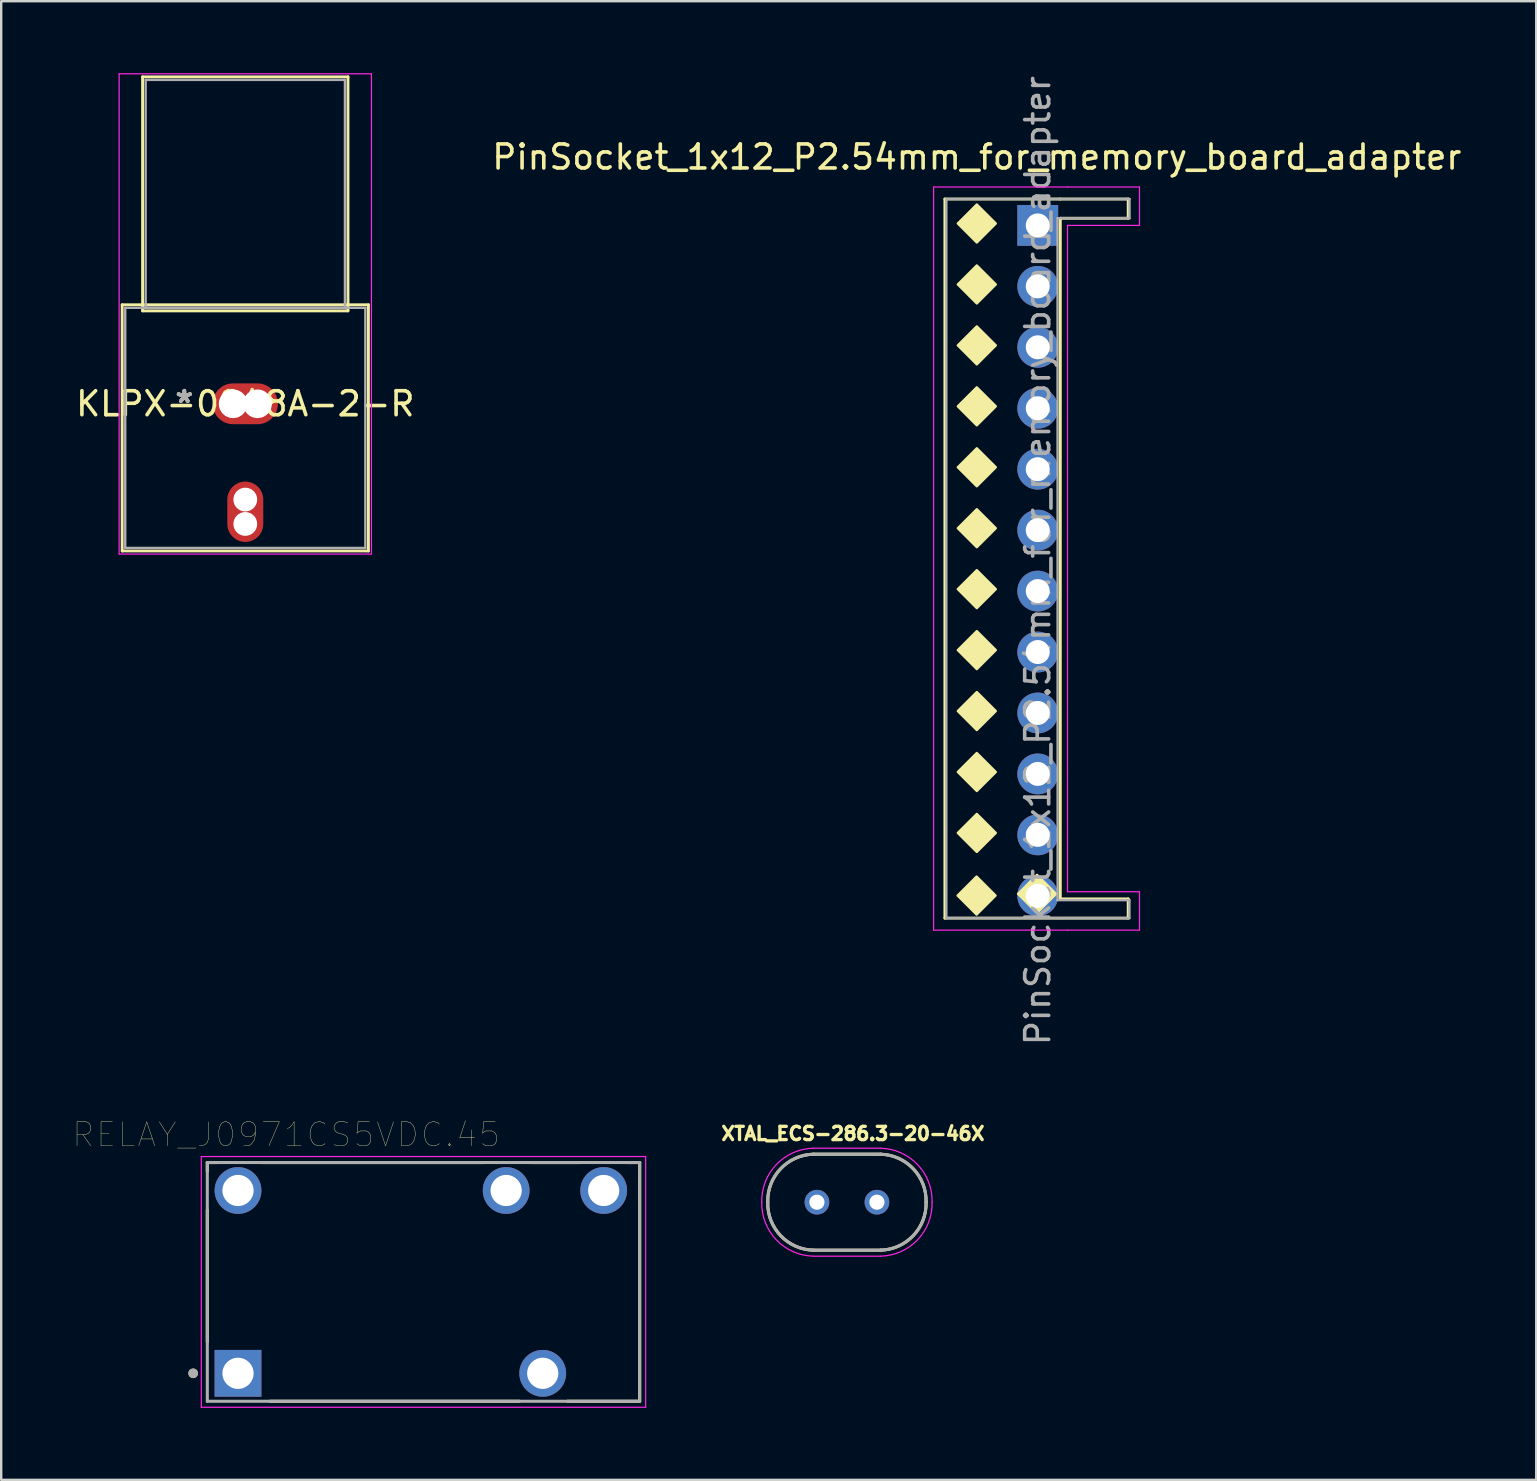
<source format=kicad_pcb>
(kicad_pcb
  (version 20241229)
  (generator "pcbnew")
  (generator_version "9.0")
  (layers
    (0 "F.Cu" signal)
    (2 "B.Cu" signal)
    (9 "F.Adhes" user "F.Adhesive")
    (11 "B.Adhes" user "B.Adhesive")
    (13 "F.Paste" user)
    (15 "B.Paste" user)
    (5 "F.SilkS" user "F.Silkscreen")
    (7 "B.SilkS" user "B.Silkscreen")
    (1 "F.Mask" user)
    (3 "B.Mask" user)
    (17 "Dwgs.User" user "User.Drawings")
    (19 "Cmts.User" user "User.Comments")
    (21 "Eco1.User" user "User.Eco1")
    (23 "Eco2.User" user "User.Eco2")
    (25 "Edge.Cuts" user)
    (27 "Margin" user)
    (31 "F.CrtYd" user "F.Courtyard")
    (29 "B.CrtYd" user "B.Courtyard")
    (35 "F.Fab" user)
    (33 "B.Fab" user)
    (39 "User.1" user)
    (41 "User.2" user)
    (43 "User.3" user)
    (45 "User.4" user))
  (footprint "KLPX-0848A-2-R"
    (layer "F.Cu")
    (at 7.173 13.779)
    (property "Reference" "KLPX-0848A-2-R" (at 0 0 0) (layer "F.SilkS") (effects (font (size 1 1) (thickness 0.15))))
    (attr through_hole)
    (fp_line (start -5.131 -4.127) (end -5.131 6.135) (stroke (width 0.12) (type solid)) (layer "F.SilkS"))
    (fp_line (start -5.131 6.135) (end 5.131 6.135) (stroke (width 0.12) (type solid)) (layer "F.SilkS"))
    (fp_line (start -4.28 -13.627) (end -4.28 -3.873) (stroke (width 0.12) (type solid)) (layer "F.SilkS"))
    (fp_line (start -4.28 -3.873) (end 4.28 -3.873) (stroke (width 0.12) (type solid)) (layer "F.SilkS"))
    (fp_line (start 4.28 -13.627) (end -4.28 -13.627) (stroke (width 0.12) (type solid)) (layer "F.SilkS"))
    (fp_line (start 4.28 -3.873) (end 4.28 -13.627) (stroke (width 0.12) (type solid)) (layer "F.SilkS"))
    (fp_line (start 5.131 -4.127) (end -5.131 -4.127) (stroke (width 0.12) (type solid)) (layer "F.SilkS"))
    (fp_line (start 5.131 6.135) (end 5.131 -4.127) (stroke (width 0.12) (type solid)) (layer "F.SilkS"))
    (fp_line (start -5.258 -13.754) (end -5.258 6.262) (stroke (width 0.05) (type solid)) (layer "F.CrtYd"))
    (fp_line (start -5.258 6.262) (end 5.258 6.262) (stroke (width 0.05) (type solid)) (layer "F.CrtYd"))
    (fp_line (start 5.258 -13.754) (end -5.258 -13.754) (stroke (width 0.05) (type solid)) (layer "F.CrtYd"))
    (fp_line (start 5.258 6.262) (end 5.258 -13.754) (stroke (width 0.05) (type solid)) (layer "F.CrtYd"))
    (fp_line (start -5.004 -4) (end -5.004 6.008) (stroke (width 0.1) (type solid)) (layer "F.Fab"))
    (fp_line (start -5.004 6.008) (end 5.004 6.008) (stroke (width 0.1) (type solid)) (layer "F.Fab"))
    (fp_line (start -4.153 -13.5) (end -4.153 -4) (stroke (width 0.1) (type solid)) (layer "F.Fab"))
    (fp_line (start -4.153 -4) (end 4.153 -4) (stroke (width 0.1) (type solid)) (layer "F.Fab"))
    (fp_line (start 4.153 -13.5) (end -4.153 -13.5) (stroke (width 0.1) (type solid)) (layer "F.Fab"))
    (fp_line (start 4.153 -4) (end 4.153 -13.5) (stroke (width 0.1) (type solid)) (layer "F.Fab"))
    (fp_line (start 5.004 -4) (end -5.004 -4) (stroke (width 0.1) (type solid)) (layer "F.Fab"))
    (fp_line (start 5.004 6.008) (end 5.004 -4) (stroke (width 0.1) (type solid)) (layer "F.Fab"))
    (fp_text user "*" (at -2.54 0 0) (layer "F.SilkS") (effects (font (size 1 1) (thickness 0.15))))
    (fp_text user "*" (at -2.54 0 0) (layer "F.SilkS") (effects (font (size 1 1) (thickness 0.15))))
    (fp_text user "Copyright 2021 Accelerated Designs. All rights reserved." (at 0 0 0) (layer "Cmts.User") (effects (font (size 0.127 0.127) (thickness 0.002))))
    (fp_text user "*" (at -2.54 0 0) (layer "F.Fab") (effects (font (size 1 1) (thickness 0.15))))
    (fp_text user "*" (at -2.54 0 0) (layer "F.Fab") (effects (font (size 1 1) (thickness 0.15))))
    (pad "" np_thru_hole circle (at -0.508 0) (size 1.194 1.194) (drill 1.194) (layers "*.Cu" "*.Mask"))
    (pad "" np_thru_hole circle (at 0 3.992) (size 0.991 0.991) (drill 0.991) (layers "*.Cu" "*.Mask"))
    (pad "" np_thru_hole circle (at 0 5.008) (size 0.991 0.991) (drill 0.991) (layers "*.Cu" "*.Mask"))
    (pad "" np_thru_hole circle (at 0.508 0) (size 1.194 1.194) (drill 1.194) (layers "*.Cu" "*.Mask"))
    (pad "1" smd oval (at 0 0) (size 2.718 1.702) (layers "F.Cu" "F.Mask" "F.Paste"))
    (pad "2" smd oval (at 0 4.5) (size 1.499 2.515) (layers "F.Cu" "F.Mask" "F.Paste")))
  (footprint "RELAY_J0971CS5VDC.45"
    (layer "F.Cu")
    (at 14.6 50.377)
    (property "Reference" "RELAY_J0971CS5VDC.45" (at -5.725 -6.135 0) (layer "F.SilkS") (effects (font (size 1 1) (thickness 0.015))))
    (attr through_hole)
    (fp_line (start -9.01 -4.975) (end -9.01 -4.6) (stroke (width 0.127) (type solid)) (layer "F.SilkS"))
    (fp_line (start -9.01 -4.975) (end -8.6 -4.975) (stroke (width 0.127) (type solid)) (layer "F.SilkS"))
    (fp_line (start -9.01 -3) (end -9.01 2.5) (stroke (width 0.127) (type solid)) (layer "F.SilkS"))
    (fp_line (start -6.75 -4.975) (end 2.5 -4.975) (stroke (width 0.127) (type solid)) (layer "F.SilkS"))
    (fp_line (start -6.4 4.975) (end 4 4.975) (stroke (width 0.127) (type solid)) (layer "F.SilkS"))
    (fp_line (start 4.5 -4.975) (end 6.5 -4.975) (stroke (width 0.127) (type solid)) (layer "F.SilkS"))
    (fp_line (start 6 4.975) (end 9.01 4.975) (stroke (width 0.127) (type solid)) (layer "F.SilkS"))
    (fp_line (start 8.5 -4.975) (end 9.01 -4.975) (stroke (width 0.127) (type solid)) (layer "F.SilkS"))
    (fp_line (start 9.01 4.975) (end 9.01 -4.975) (stroke (width 0.127) (type solid)) (layer "F.SilkS"))
    (fp_circle (center -9.6 3.81) (end -9.5 3.81) (stroke (width 0.2) (type solid)) (fill no) (layer "F.SilkS"))
    (fp_line (start -9.26 -5.225) (end -9.26 5.225) (stroke (width 0.05) (type solid)) (layer "F.CrtYd"))
    (fp_line (start -9.26 5.225) (end 9.26 5.225) (stroke (width 0.05) (type solid)) (layer "F.CrtYd"))
    (fp_line (start 9.26 -5.225) (end -9.26 -5.225) (stroke (width 0.05) (type solid)) (layer "F.CrtYd"))
    (fp_line (start 9.26 5.225) (end 9.26 -5.225) (stroke (width 0.05) (type solid)) (layer "F.CrtYd"))
    (fp_line (start -9.01 -4.975) (end 9.01 -4.975) (stroke (width 0.127) (type solid)) (layer "F.Fab"))
    (fp_line (start -9.01 4.975) (end -9.01 -4.975) (stroke (width 0.127) (type solid)) (layer "F.Fab"))
    (fp_line (start 9.01 -4.975) (end 9.01 4.975) (stroke (width 0.127) (type solid)) (layer "F.Fab"))
    (fp_line (start 9.01 4.975) (end -9.01 4.975) (stroke (width 0.127) (type solid)) (layer "F.Fab"))
    (fp_circle (center -9.6 3.81) (end -9.5 3.81) (stroke (width 0.2) (type solid)) (fill no) (layer "F.Fab"))
    (pad "11" thru_hole circle (at 4.97 3.81) (size 1.95 1.95) (drill 1.3) (layers "*.Cu" "*.Mask"))
    (pad "12" thru_hole circle (at 3.446 -3.81) (size 1.95 1.95) (drill 1.3) (layers "*.Cu" "*.Mask"))
    (pad "14" thru_hole circle (at 7.51 -3.81) (size 1.95 1.95) (drill 1.3) (layers "*.Cu" "*.Mask"))
    (pad "A1" thru_hole rect (at -7.73 3.81) (size 1.95 1.95) (drill 1.3) (layers "*.Cu" "*.Mask"))
    (pad "A2" thru_hole circle (at -7.73 -3.81) (size 1.95 1.95) (drill 1.3) (layers "*.Cu" "*.Mask")))
  (footprint "PinSocket_1x12_P2.54mm_for_memory_board_adapter"
    (layer "F.Cu")
    (at 40.201 6.345)
    (property "Reference" "PinSocket_1x12_P2.54mm_for_memory_board_adapter" (at -2.54 -2.85 0) (layer "F.SilkS") (effects (font (size 1 1) (thickness 0.15))))
    (attr through_hole)
    (fp_line (start -3.87 -1.1) (end -3.87 28.87) (stroke (width 0.12) (type solid)) (layer "F.SilkS"))
    (fp_line (start 0.94 -1.1) (end -3.87 -1.1) (stroke (width 0.12) (type solid)) (layer "F.SilkS"))
    (fp_line (start 0.94 -1.1) (end 3.77 -1.1) (stroke (width 0.12) (type solid)) (layer "F.SilkS"))
    (fp_line (start 0.94 -0.3) (end 0.94 28.07) (stroke (width 0.12) (type solid)) (layer "F.SilkS"))
    (fp_line (start 3.77 -1.1) (end 3.77 -0.3) (stroke (width 0.12) (type solid)) (layer "F.SilkS"))
    (fp_line (start 3.77 -0.3) (end 0.94 -0.3) (stroke (width 0.12) (type solid)) (layer "F.SilkS"))
    (fp_line (start 3.77 28.07) (end 0.94 28.07) (stroke (width 0.12) (type solid)) (layer "F.SilkS"))
    (fp_line (start 3.77 28.87) (end -3.87 28.87) (stroke (width 0.12) (type solid)) (layer "F.SilkS"))
    (fp_line (start 3.77 28.87) (end 3.77 28.07) (stroke (width 0.12) (type solid)) (layer "F.SilkS"))
    (fp_poly (pts (xy -1.759 27.93) (xy -2.549 28.721) (xy -3.34 27.93) (xy -2.549 27.139)) (stroke (width 0.1) (type solid)) (fill yes) (layer "F.SilkS"))
    (fp_poly (pts (xy -1.749 -0.08) (xy -2.54 0.711) (xy -3.331 -0.08) (xy -2.54 -0.871)) (stroke (width 0.1) (type solid)) (fill yes) (layer "F.SilkS"))
    (fp_poly (pts (xy -1.749 2.46) (xy -2.54 3.251) (xy -3.331 2.46) (xy -2.54 1.669)) (stroke (width 0.1) (type solid)) (fill yes) (layer "F.SilkS"))
    (fp_poly (pts (xy -1.749 5) (xy -2.54 5.791) (xy -3.331 5) (xy -2.54 4.209)) (stroke (width 0.1) (type solid)) (fill yes) (layer "F.SilkS"))
    (fp_poly (pts (xy -1.749 7.54) (xy -2.54 8.331) (xy -3.331 7.54) (xy -2.54 6.749)) (stroke (width 0.1) (type solid)) (fill yes) (layer "F.SilkS"))
    (fp_poly (pts (xy -1.749 10.08) (xy -2.54 10.871) (xy -3.331 10.08) (xy -2.54 9.289)) (stroke (width 0.1) (type solid)) (fill yes) (layer "F.SilkS"))
    (fp_poly (pts (xy -1.749 12.62) (xy -2.54 13.411) (xy -3.331 12.62) (xy -2.54 11.829)) (stroke (width 0.1) (type solid)) (fill yes) (layer "F.SilkS"))
    (fp_poly (pts (xy -1.749 15.16) (xy -2.54 15.951) (xy -3.331 15.16) (xy -2.54 14.369)) (stroke (width 0.1) (type solid)) (fill yes) (layer "F.SilkS"))
    (fp_poly (pts (xy -1.749 17.7) (xy -2.54 18.491) (xy -3.331 17.7) (xy -2.54 16.909)) (stroke (width 0.1) (type solid)) (fill yes) (layer "F.SilkS"))
    (fp_poly (pts (xy -1.749 20.24) (xy -2.54 21.031) (xy -3.331 20.24) (xy -2.54 19.449)) (stroke (width 0.1) (type solid)) (fill yes) (layer "F.SilkS"))
    (fp_poly (pts (xy -1.749 22.78) (xy -2.54 23.571) (xy -3.331 22.78) (xy -2.54 21.989)) (stroke (width 0.1) (type solid)) (fill yes) (layer "F.SilkS"))
    (fp_poly (pts (xy -1.749 25.32) (xy -2.54 26.111) (xy -3.331 25.32) (xy -2.54 24.529)) (stroke (width 0.1) (type solid)) (fill yes) (layer "F.SilkS"))
    (fp_poly (pts (xy 0.761 27.86) (xy -0.03 28.651) (xy -0.821 27.86) (xy -0.03 27.069)) (stroke (width 0.1) (type solid)) (fill yes) (layer "F.SilkS"))
    (fp_line (start -4.34 -1.6) (end 1.24 -1.6) (stroke (width 0.05) (type solid)) (layer "F.CrtYd"))
    (fp_line (start -4.34 29.37) (end -4.34 -1.6) (stroke (width 0.05) (type solid)) (layer "F.CrtYd"))
    (fp_line (start 1.24 -1.6) (end 4.24 -1.6) (stroke (width 0.05) (type solid)) (layer "F.CrtYd"))
    (fp_line (start 1.24 0) (end 1.24 27.77) (stroke (width 0.05) (type solid)) (layer "F.CrtYd"))
    (fp_line (start 1.24 29.37) (end -4.34 29.37) (stroke (width 0.05) (type solid)) (layer "F.CrtYd"))
    (fp_line (start 1.24 29.37) (end 4.24 29.37) (stroke (width 0.05) (type solid)) (layer "F.CrtYd"))
    (fp_line (start 4.24 -1.6) (end 4.24 0) (stroke (width 0.05) (type solid)) (layer "F.CrtYd"))
    (fp_line (start 4.24 0) (end 1.24 0) (stroke (width 0.05) (type solid)) (layer "F.CrtYd"))
    (fp_line (start 4.24 27.77) (end 1.24 27.77) (stroke (width 0.05) (type solid)) (layer "F.CrtYd"))
    (fp_line (start 4.24 29.37) (end 4.24 27.77) (stroke (width 0.05) (type solid)) (layer "F.CrtYd"))
    (fp_line (start -3.81 -1.1) (end 3.825 -1.1) (stroke (width 0.1) (type solid)) (layer "F.Fab"))
    (fp_line (start -3.81 28.87) (end -3.81 -1.1) (stroke (width 0.1) (type solid)) (layer "F.Fab"))
    (fp_line (start 0.82 28.87) (end -3.81 28.87) (stroke (width 0.1) (type solid)) (layer "F.Fab"))
    (fp_line (start 0.82 28.87) (end 3.82 28.87) (stroke (width 0.1) (type solid)) (layer "F.Fab"))
    (fp_line (start 0.83 28.12) (end 0.825 -0.3) (stroke (width 0.1) (type solid)) (layer "F.Fab"))
    (fp_line (start 3.82 28.12) (end 0.82 28.12) (stroke (width 0.1) (type solid)) (layer "F.Fab"))
    (fp_line (start 3.82 28.87) (end 3.82 28.12) (stroke (width 0.1) (type solid)) (layer "F.Fab"))
    (fp_line (start 3.825 -1.1) (end 3.825 -0.3) (stroke (width 0.1) (type solid)) (layer "F.Fab"))
    (fp_line (start 3.825 -0.3) (end 0.825 -0.3) (stroke (width 0.1) (type solid)) (layer "F.Fab"))
    (fp_text user "${REFERENCE}" (at 0 13.97 90) (layer "F.Fab") (effects (font (size 1 1) (thickness 0.15))))
    (pad "1" thru_hole rect (at 0 0) (size 1.7 1.7) (drill 1) (layers "*.Cu" "*.Mask"))
    (pad "2" thru_hole oval (at 0 2.54) (size 1.7 1.7) (drill 1) (layers "*.Cu" "*.Mask"))
    (pad "3" thru_hole oval (at 0 5.08) (size 1.7 1.7) (drill 1) (layers "*.Cu" "*.Mask"))
    (pad "4" thru_hole oval (at 0 7.62) (size 1.7 1.7) (drill 1) (layers "*.Cu" "*.Mask"))
    (pad "5" thru_hole oval (at 0 10.16) (size 1.7 1.7) (drill 1) (layers "*.Cu" "*.Mask"))
    (pad "6" thru_hole oval (at 0 12.7) (size 1.7 1.7) (drill 1) (layers "*.Cu" "*.Mask"))
    (pad "7" thru_hole oval (at 0 15.24) (size 1.7 1.7) (drill 1) (layers "*.Cu" "*.Mask"))
    (pad "8" thru_hole oval (at 0 17.78) (size 1.7 1.7) (drill 1) (layers "*.Cu" "*.Mask"))
    (pad "9" thru_hole oval (at 0 20.32) (size 1.7 1.7) (drill 1) (layers "*.Cu" "*.Mask"))
    (pad "10" thru_hole oval (at 0 22.86) (size 1.7 1.7) (drill 1) (layers "*.Cu" "*.Mask"))
    (pad "11" thru_hole oval (at 0 25.4) (size 1.7 1.7) (drill 1) (layers "*.Cu" "*.Mask"))
    (pad "12" thru_hole oval (at 0 27.94) (size 1.7 1.7) (drill 1) (layers "*.Cu" "*.Mask")))
  (footprint "XTAL_ECS-286.3-20-46X"
    (layer "F.Cu")
    (at 32.248 47.055)
    (property "Reference" "XTAL_ECS-286.3-20-46X" (at 0.251 -2.858 0) (layer "F.SilkS") (effects (font (size 0.553 0.553) (thickness 0.15))))
    (attr through_hole)
    (fp_line (start -1.4 2) (end 1.4 2) (stroke (width 0.127) (type solid)) (layer "F.SilkS"))
    (fp_line (start 1.4 -2) (end -1.4 -2) (stroke (width 0.127) (type solid)) (layer "F.SilkS"))
    (fp_arc (start -3.3 0) (mid -2.764214 -1.393503) (end -1.4 -2) (stroke (width 0.127) (type solid)) (layer "F.SilkS"))
    (fp_arc (start -1.4 2) (mid -2.764214 1.393503) (end -3.3 0) (stroke (width 0.127) (type solid)) (layer "F.SilkS"))
    (fp_arc (start 1.4 -2) (mid 2.764214 -1.393503) (end 3.3 0) (stroke (width 0.127) (type solid)) (layer "F.SilkS"))
    (fp_arc (start 3.3 0) (mid 2.764214 1.393503) (end 1.4 2) (stroke (width 0.127) (type solid)) (layer "F.SilkS"))
    (fp_line (start -1.4 2.25) (end 1.4 2.25) (stroke (width 0.05) (type solid)) (layer "F.CrtYd"))
    (fp_line (start 1.4 -2.25) (end -1.4 -2.25) (stroke (width 0.05) (type solid)) (layer "F.CrtYd"))
    (fp_arc (start -3.55 0) (mid -2.94099 -1.57028) (end -1.4 -2.25) (stroke (width 0.05) (type solid)) (layer "F.CrtYd"))
    (fp_arc (start -1.4 2.25) (mid -2.94099 1.57028) (end -3.55 0) (stroke (width 0.05) (type solid)) (layer "F.CrtYd"))
    (fp_arc (start 1.4 -2.25) (mid 2.94099 -1.57028) (end 3.55 0) (stroke (width 0.05) (type solid)) (layer "F.CrtYd"))
    (fp_arc (start 3.55 0) (mid 2.94099 1.57028) (end 1.4 2.25) (stroke (width 0.05) (type solid)) (layer "F.CrtYd"))
    (fp_line (start -1.4 2) (end 1.4 2) (stroke (width 0.127) (type solid)) (layer "F.Fab"))
    (fp_line (start 1.4 -2) (end -1.4 -2) (stroke (width 0.127) (type solid)) (layer "F.Fab"))
    (fp_arc (start -3.3 0) (mid -2.764214 -1.393503) (end -1.4 -2) (stroke (width 0.127) (type solid)) (layer "F.Fab"))
    (fp_arc (start -1.4 2) (mid -2.764214 1.393503) (end -3.3 0) (stroke (width 0.127) (type solid)) (layer "F.Fab"))
    (fp_arc (start 1.4 -2) (mid 2.764214 -1.393503) (end 3.3 0) (stroke (width 0.127) (type solid)) (layer "F.Fab"))
    (fp_arc (start 3.3 0) (mid 2.764214 1.393503) (end 1.4 2) (stroke (width 0.127) (type solid)) (layer "F.Fab"))
    (pad "1" thru_hole circle (at -1.25 0) (size 1.03 1.03) (drill 0.63) (layers "*.Cu" "*.Mask"))
    (pad "2" thru_hole circle (at 1.25 0) (size 1.03 1.03) (drill 0.63) (layers "*.Cu" "*.Mask")))
  (gr_rect
    (start -3 -3)
    (end 60.976 58.627)
    (stroke (width 0.1) (type default))
    (fill no)
    (layer "Edge.Cuts")))
</source>
